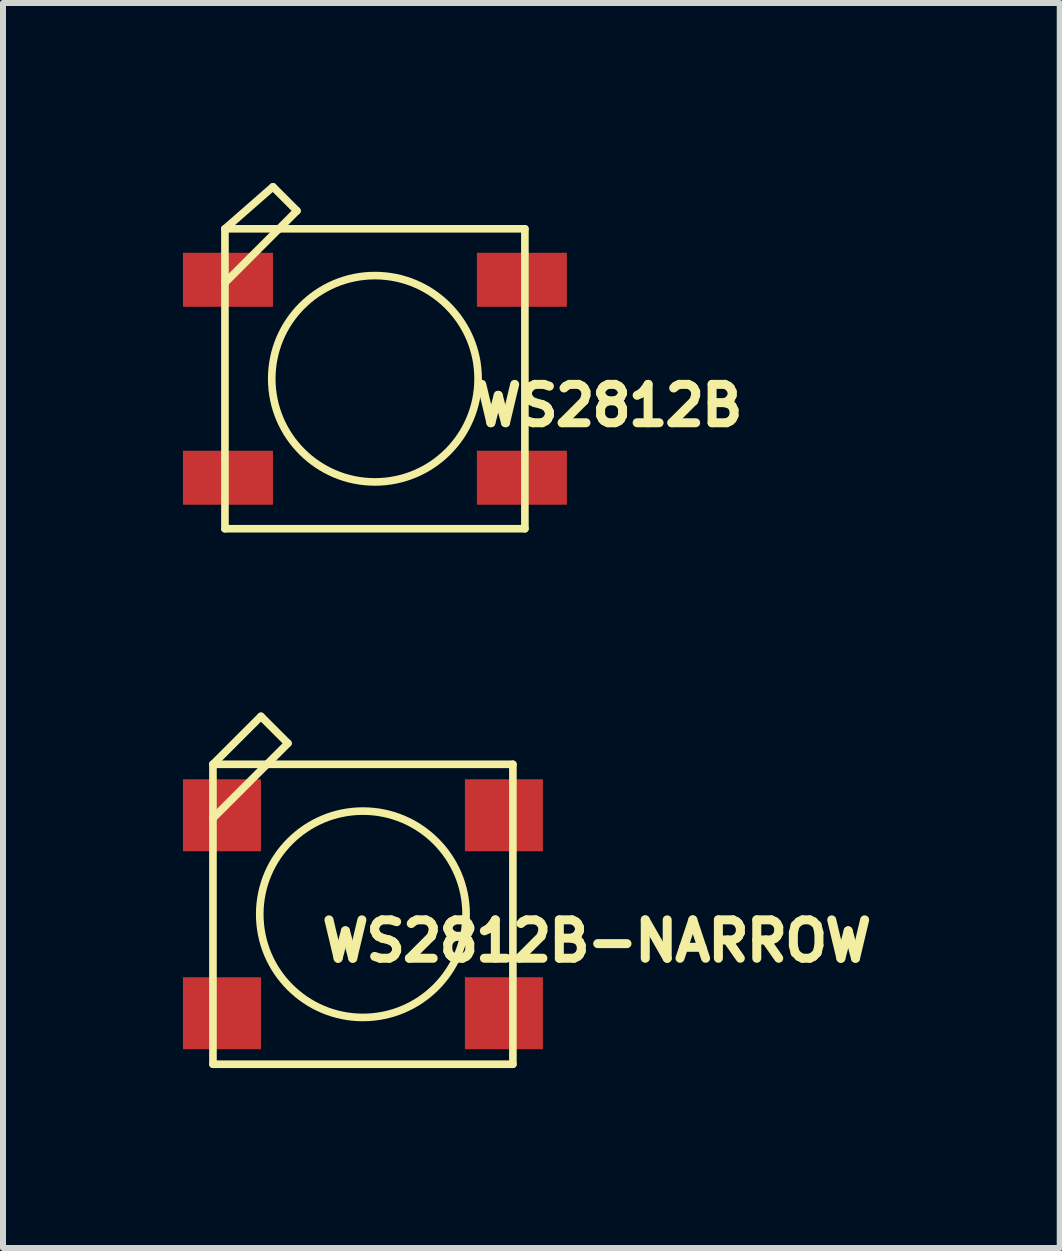
<source format=kicad_pcb>
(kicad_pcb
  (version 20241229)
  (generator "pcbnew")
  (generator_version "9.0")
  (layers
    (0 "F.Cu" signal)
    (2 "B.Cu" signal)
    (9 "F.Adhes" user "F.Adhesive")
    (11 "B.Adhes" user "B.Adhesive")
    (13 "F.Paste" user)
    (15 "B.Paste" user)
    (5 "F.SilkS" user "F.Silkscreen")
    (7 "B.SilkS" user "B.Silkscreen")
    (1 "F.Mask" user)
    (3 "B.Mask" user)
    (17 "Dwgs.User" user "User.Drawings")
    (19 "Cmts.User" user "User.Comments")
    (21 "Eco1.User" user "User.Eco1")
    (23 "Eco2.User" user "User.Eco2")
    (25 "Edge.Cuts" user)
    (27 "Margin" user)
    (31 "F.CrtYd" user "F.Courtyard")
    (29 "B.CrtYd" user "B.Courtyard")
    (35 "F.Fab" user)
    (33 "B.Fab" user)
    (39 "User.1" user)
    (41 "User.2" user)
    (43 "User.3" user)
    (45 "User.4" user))
  (footprint "WS2812B-NARROW"
    (layer "F.Cu")
    (at 3 12.191)
    (property "Reference" "WS2812B-NARROW" (at 3.899 0.445 180) (layer "F.SilkS") (effects (font (size 0.64 0.64) (thickness 0.15))))
    (attr smd)
    (fp_line (start -2.5 -2.5) (end -1.6 -2.5) (stroke (width 0.127) (type solid)) (layer "F.SilkS"))
    (fp_line (start -2.5 -1.6) (end -2.5 -2.5) (stroke (width 0.127) (type solid)) (layer "F.SilkS"))
    (fp_line (start -2.5 -1.6) (end -1.6 -2.5) (stroke (width 0.127) (type solid)) (layer "F.SilkS"))
    (fp_line (start -2.5 2.5) (end -2.5 -1.6) (stroke (width 0.127) (type solid)) (layer "F.SilkS"))
    (fp_line (start -1.7 -3.3) (end -2.5 -2.5) (stroke (width 0.127) (type solid)) (layer "F.SilkS"))
    (fp_line (start -1.6 -2.5) (end -1.25 -2.85) (stroke (width 0.127) (type solid)) (layer "F.SilkS"))
    (fp_line (start -1.6 -2.5) (end 2.5 -2.5) (stroke (width 0.127) (type solid)) (layer "F.SilkS"))
    (fp_line (start -1.25 -2.85) (end -1.7 -3.3) (stroke (width 0.127) (type solid)) (layer "F.SilkS"))
    (fp_line (start 2.5 -2.5) (end 2.5 2.5) (stroke (width 0.127) (type solid)) (layer "F.SilkS"))
    (fp_line (start 2.5 2.5) (end -2.5 2.5) (stroke (width 0.127) (type solid)) (layer "F.SilkS"))
    (fp_circle (center 0 0) (end 1.72 0) (stroke (width 0.127) (type solid)) (fill no) (layer "F.SilkS"))
    (pad "1-VDD" smd rect (at 2.35 1.65) (size 1.3 1.2) (layers "F.Cu" "F.Mask" "F.Paste"))
    (pad "2-DOUT" smd rect (at 2.35 -1.65) (size 1.3 1.2) (layers "F.Cu" "F.Mask" "F.Paste"))
    (pad "3-GND" smd rect (at -2.35 -1.65) (size 1.3 1.2) (layers "F.Cu" "F.Mask" "F.Paste"))
    (pad "4-DIN" smd rect (at -2.35 1.65) (size 1.3 1.2) (layers "F.Cu" "F.Mask" "F.Paste")))
  (footprint "WS2812B"
    (layer "F.Cu")
    (at 3.2 3.264)
    (property "Reference" "WS2812B" (at 3.899 0.445 180) (layer "F.SilkS") (effects (font (size 0.64 0.64) (thickness 0.15))))
    (attr smd)
    (fp_line (start -2.5 -2.5) (end -1.6 -2.5) (stroke (width 0.127) (type solid)) (layer "F.SilkS"))
    (fp_line (start -2.5 -1.6) (end -2.5 -2.5) (stroke (width 0.127) (type solid)) (layer "F.SilkS"))
    (fp_line (start -2.5 -1.6) (end -1.6 -2.5) (stroke (width 0.127) (type solid)) (layer "F.SilkS"))
    (fp_line (start -2.5 2.5) (end -2.5 -1.6) (stroke (width 0.127) (type solid)) (layer "F.SilkS"))
    (fp_line (start -1.7 -3.2) (end -2.5 -2.5) (stroke (width 0.127) (type solid)) (layer "F.SilkS"))
    (fp_line (start -1.6 -2.5) (end -1.3 -2.8) (stroke (width 0.127) (type solid)) (layer "F.SilkS"))
    (fp_line (start -1.6 -2.5) (end 2.5 -2.5) (stroke (width 0.127) (type solid)) (layer "F.SilkS"))
    (fp_line (start -1.3 -2.8) (end -1.7 -3.2) (stroke (width 0.127) (type solid)) (layer "F.SilkS"))
    (fp_line (start 2.5 -2.5) (end 2.5 2.5) (stroke (width 0.127) (type solid)) (layer "F.SilkS"))
    (fp_line (start 2.5 2.5) (end -2.5 2.5) (stroke (width 0.127) (type solid)) (layer "F.SilkS"))
    (fp_circle (center 0 0) (end 1.72 0) (stroke (width 0.127) (type solid)) (fill no) (layer "F.SilkS"))
    (pad "1-VDD" smd rect (at 2.45 1.65) (size 1.5 0.9) (layers "F.Cu" "F.Mask" "F.Paste"))
    (pad "2-DOUT" smd rect (at 2.45 -1.65) (size 1.5 0.9) (layers "F.Cu" "F.Mask" "F.Paste"))
    (pad "3-GND" smd rect (at -2.45 -1.65) (size 1.5 0.9) (layers "F.Cu" "F.Mask" "F.Paste"))
    (pad "4-DIN" smd rect (at -2.45 1.65) (size 1.5 0.9) (layers "F.Cu" "F.Mask" "F.Paste")))
  (gr_rect
    (start -3 -3)
    (end 14.616 17.754)
    (stroke (width 0.1) (type default))
    (fill no)
    (layer "Edge.Cuts")))
</source>
